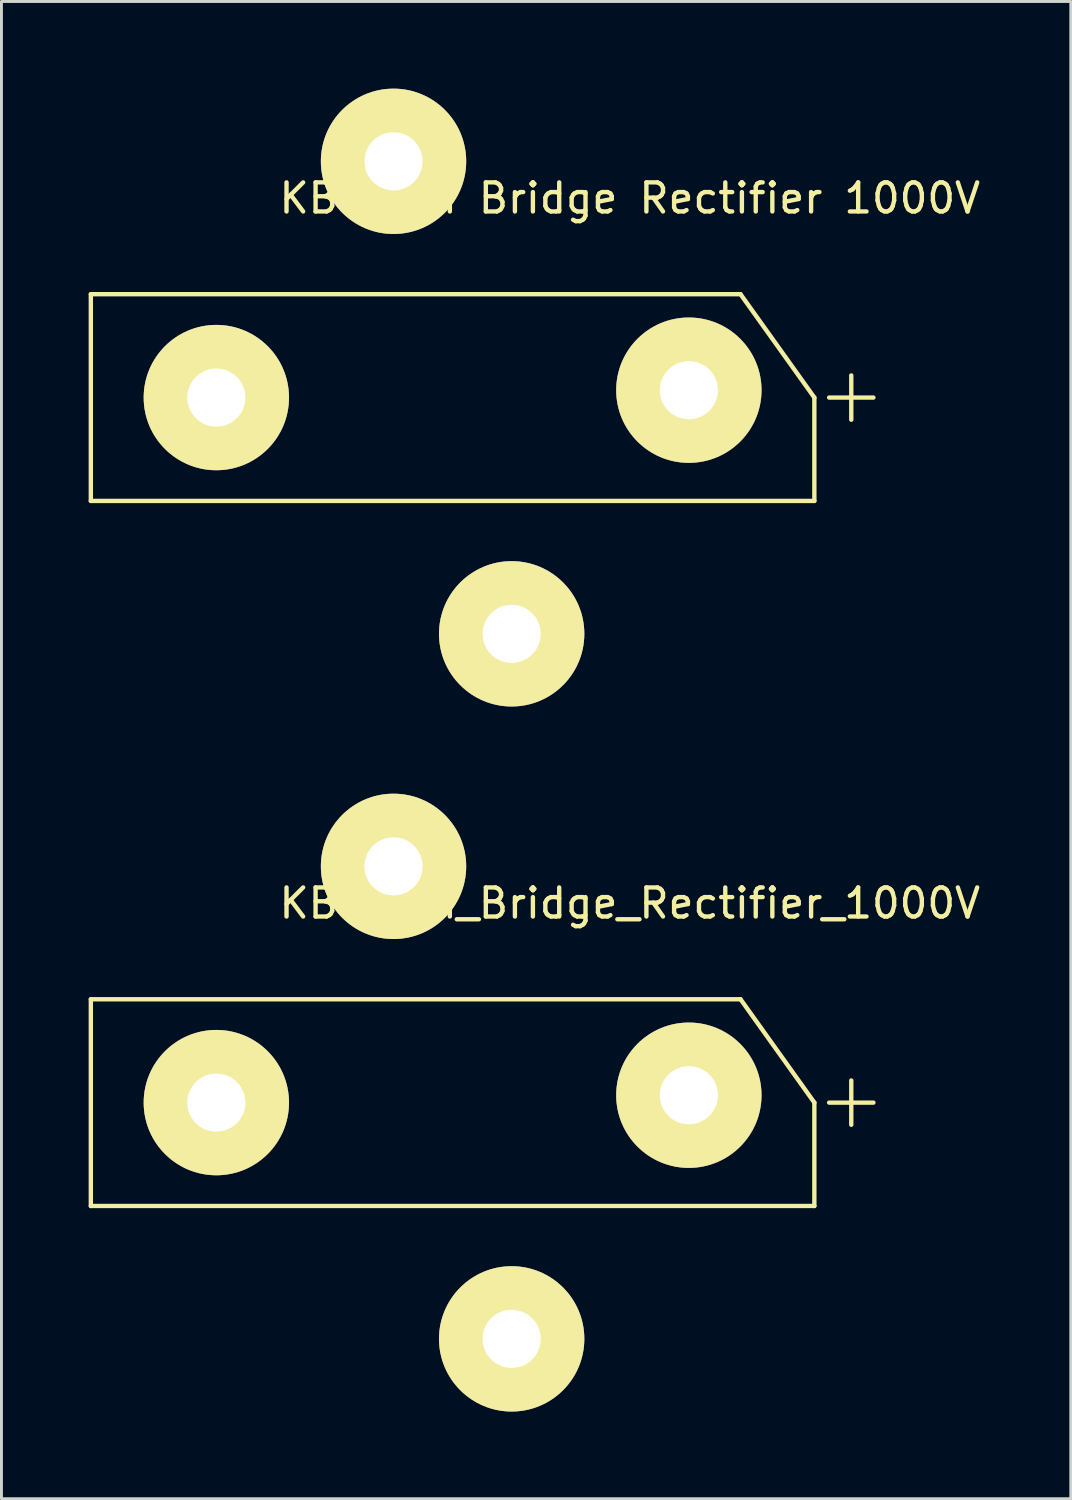
<source format=kicad_pcb>
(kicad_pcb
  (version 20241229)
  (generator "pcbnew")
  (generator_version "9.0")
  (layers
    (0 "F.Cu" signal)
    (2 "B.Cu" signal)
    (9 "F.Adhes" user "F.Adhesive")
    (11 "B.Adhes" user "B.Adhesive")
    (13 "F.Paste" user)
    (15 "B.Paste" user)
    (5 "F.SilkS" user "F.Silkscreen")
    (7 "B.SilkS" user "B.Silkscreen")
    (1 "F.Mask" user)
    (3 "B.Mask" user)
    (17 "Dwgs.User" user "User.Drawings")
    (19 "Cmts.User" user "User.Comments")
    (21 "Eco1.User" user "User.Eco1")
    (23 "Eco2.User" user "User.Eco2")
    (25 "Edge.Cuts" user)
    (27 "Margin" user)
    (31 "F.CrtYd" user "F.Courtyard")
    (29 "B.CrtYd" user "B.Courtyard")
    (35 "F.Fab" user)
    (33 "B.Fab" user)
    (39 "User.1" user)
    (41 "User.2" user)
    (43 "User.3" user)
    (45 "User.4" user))
  (footprint "KBU10M_Bridge_Rectifier_1000V"
    (layer "F.Cu")
    (at 12.521 34.884)
    (property "Reference" "KBU10M_Bridge_Rectifier_1000V" (at 6.096 -6.858 0) (layer "F.SilkS") (effects (font (size 1 1) (thickness 0.15))))
    (attr through_hole)
    (fp_line (start -12.446 -3.556) (end -12.446 3.556) (stroke (width 0.15) (type solid)) (layer "F.SilkS"))
    (fp_line (start -12.446 -3.556) (end 9.906 -3.556) (stroke (width 0.15) (type solid)) (layer "F.SilkS"))
    (fp_line (start -12.446 3.556) (end 12.446 3.556) (stroke (width 0.15) (type solid)) (layer "F.SilkS"))
    (fp_line (start 12.446 0) (end 9.906 -3.556) (stroke (width 0.15) (type solid)) (layer "F.SilkS"))
    (fp_line (start 12.446 3.556) (end 12.446 0) (stroke (width 0.15) (type solid)) (layer "F.SilkS"))
    (fp_line (start 12.954 0) (end 14.478 0) (stroke (width 0.15) (type solid)) (layer "F.SilkS"))
    (fp_line (start 13.716 -0.762) (end 13.716 0.762) (stroke (width 0.15) (type solid)) (layer "F.SilkS"))
    (pad "+" thru_hole circle (at 8.128 -0.254) (size 5 5) (drill 2) (layers "*.Cu" "*.Mask" "F.SilkS"))
    (pad "-" thru_hole circle (at -8.128 0) (size 5 5) (drill 2) (layers "*.Cu" "*.Mask" "F.SilkS"))
    (pad "L" thru_hole circle (at 2.032 8.128) (size 5 5) (drill 2) (layers "*.Cu" "*.Mask" "F.SilkS"))
    (pad "N" thru_hole circle (at -2.032 -8.128) (size 5 5) (drill 2) (layers "*.Cu" "*.Mask" "F.SilkS")))
  (footprint "KBU10M Bridge Rectifier 1000V"
    (layer "F.Cu")
    (at 12.521 10.628)
    (property "Reference" "KBU10M Bridge Rectifier 1000V" (at 6.096 -6.858 0) (layer "F.SilkS") (effects (font (size 1 1) (thickness 0.15))))
    (attr through_hole)
    (fp_line (start -12.446 -3.556) (end -12.446 3.556) (stroke (width 0.15) (type solid)) (layer "F.SilkS"))
    (fp_line (start -12.446 -3.556) (end 9.906 -3.556) (stroke (width 0.15) (type solid)) (layer "F.SilkS"))
    (fp_line (start -12.446 3.556) (end 12.446 3.556) (stroke (width 0.15) (type solid)) (layer "F.SilkS"))
    (fp_line (start 12.446 0) (end 9.906 -3.556) (stroke (width 0.15) (type solid)) (layer "F.SilkS"))
    (fp_line (start 12.446 3.556) (end 12.446 0) (stroke (width 0.15) (type solid)) (layer "F.SilkS"))
    (fp_line (start 12.954 0) (end 14.478 0) (stroke (width 0.15) (type solid)) (layer "F.SilkS"))
    (fp_line (start 13.716 -0.762) (end 13.716 0.762) (stroke (width 0.15) (type solid)) (layer "F.SilkS"))
    (pad "+" thru_hole circle (at 8.128 -0.254) (size 5 5) (drill 2) (layers "*.Cu" "*.Mask" "F.SilkS"))
    (pad "-" thru_hole circle (at -8.128 0) (size 5 5) (drill 2) (layers "*.Cu" "*.Mask" "F.SilkS"))
    (pad "L" thru_hole circle (at 2.032 8.128) (size 5 5) (drill 2) (layers "*.Cu" "*.Mask" "F.SilkS"))
    (pad "N" thru_hole circle (at -2.032 -8.128) (size 5 5) (drill 2) (layers "*.Cu" "*.Mask" "F.SilkS")))
  (gr_rect
    (start -3 -3)
    (end 33.79 48.512)
    (stroke (width 0.1) (type default))
    (fill no)
    (layer "Edge.Cuts")))
</source>
